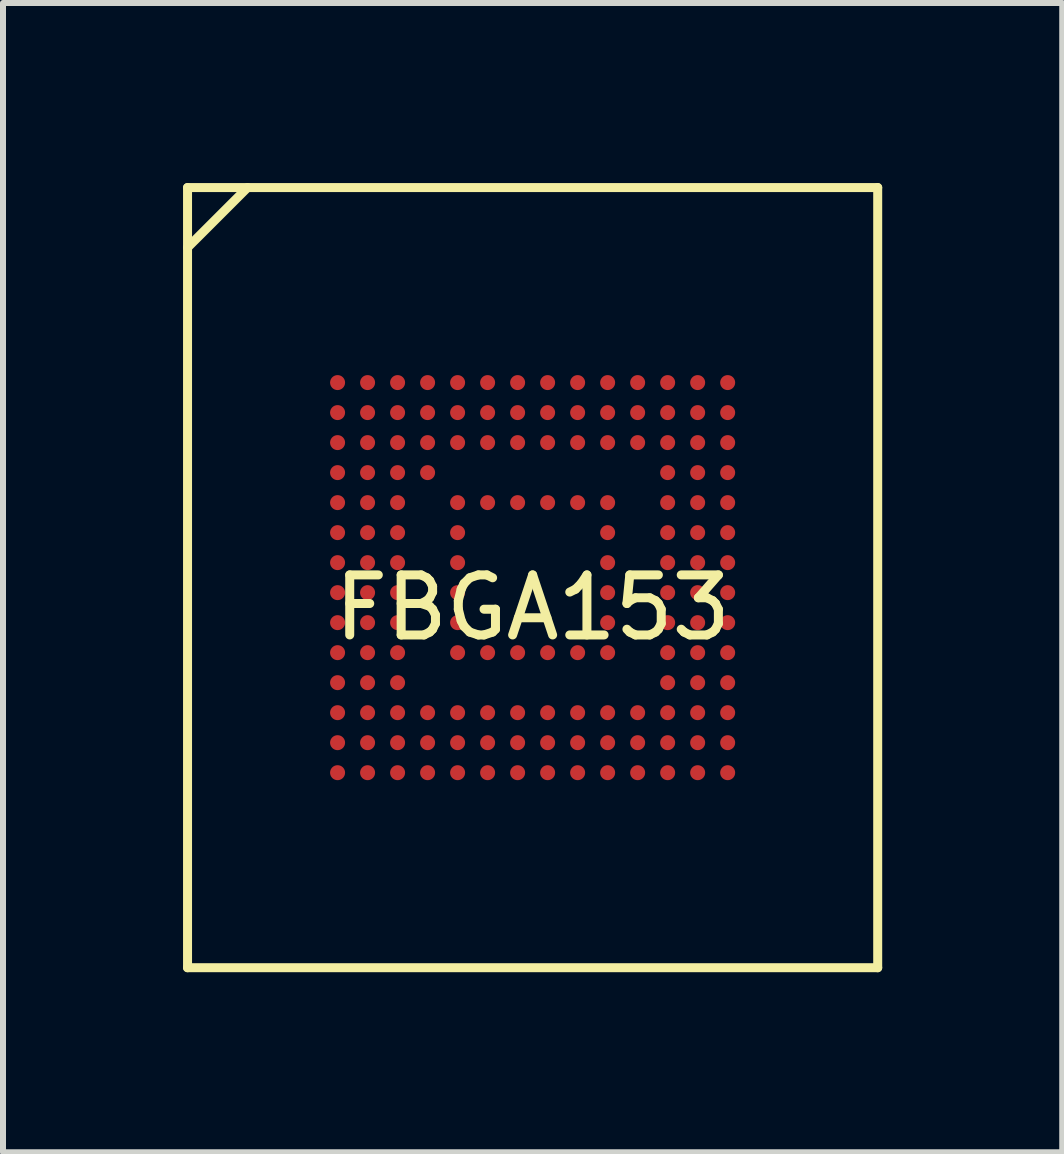
<source format=kicad_pcb>
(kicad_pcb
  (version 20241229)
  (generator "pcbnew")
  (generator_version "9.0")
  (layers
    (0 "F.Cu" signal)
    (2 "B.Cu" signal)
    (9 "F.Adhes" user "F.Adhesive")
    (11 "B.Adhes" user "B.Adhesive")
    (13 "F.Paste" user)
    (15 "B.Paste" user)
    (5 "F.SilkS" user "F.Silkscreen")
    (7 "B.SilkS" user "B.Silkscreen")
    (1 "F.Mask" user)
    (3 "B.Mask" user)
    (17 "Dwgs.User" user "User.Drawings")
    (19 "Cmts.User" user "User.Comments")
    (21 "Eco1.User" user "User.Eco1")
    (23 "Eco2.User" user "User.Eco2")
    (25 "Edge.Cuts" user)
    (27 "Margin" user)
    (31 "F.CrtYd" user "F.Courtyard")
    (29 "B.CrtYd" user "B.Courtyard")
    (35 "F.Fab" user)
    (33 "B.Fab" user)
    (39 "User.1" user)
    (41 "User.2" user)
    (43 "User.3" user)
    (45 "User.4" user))
  (footprint "FBGA153"
    (layer "F.Cu")
    (at 5.825 6.575)
    (property "Reference" "FBGA153" (at 0 0.5 0) (layer "F.SilkS") (effects (font (size 1 1) (thickness 0.15))))
    (attr through_hole)
    (fp_line (start -5.75 -6.5) (end 5.75 -6.5) (stroke (width 0.15) (type solid)) (layer "F.SilkS"))
    (fp_line (start -5.75 -5.5) (end -4.75 -6.5) (stroke (width 0.15) (type solid)) (layer "F.SilkS"))
    (fp_line (start -5.75 6.5) (end -5.75 -6.5) (stroke (width 0.15) (type solid)) (layer "F.SilkS"))
    (fp_line (start 5.75 -6.5) (end 5.75 6.5) (stroke (width 0.15) (type solid)) (layer "F.SilkS"))
    (fp_line (start 5.75 6.5) (end -5.75 6.5) (stroke (width 0.15) (type solid)) (layer "F.SilkS"))
    (pad "A1" smd circle (at -3.25 -3.25) (size 0.25 0.25) (layers "F.Cu" "F.Mask" "F.Paste"))
    (pad "A2" smd circle (at -2.75 -3.25) (size 0.25 0.25) (layers "F.Cu" "F.Mask" "F.Paste"))
    (pad "A3" smd circle (at -2.25 -3.25) (size 0.25 0.25) (layers "F.Cu" "F.Mask" "F.Paste"))
    (pad "A4" smd circle (at -1.75 -3.25) (size 0.25 0.25) (layers "F.Cu" "F.Mask" "F.Paste"))
    (pad "A5" smd circle (at -1.25 -3.25) (size 0.25 0.25) (layers "F.Cu" "F.Mask" "F.Paste"))
    (pad "A6" smd circle (at -0.75 -3.25) (size 0.25 0.25) (layers "F.Cu" "F.Mask" "F.Paste"))
    (pad "A7" smd circle (at -0.25 -3.25) (size 0.25 0.25) (layers "F.Cu" "F.Mask" "F.Paste"))
    (pad "A8" smd circle (at 0.25 -3.25) (size 0.25 0.25) (layers "F.Cu" "F.Mask" "F.Paste"))
    (pad "A9" smd circle (at 0.75 -3.25) (size 0.25 0.25) (layers "F.Cu" "F.Mask" "F.Paste"))
    (pad "A10" smd circle (at 1.25 -3.25) (size 0.25 0.25) (layers "F.Cu" "F.Mask" "F.Paste"))
    (pad "A11" smd circle (at 1.75 -3.25) (size 0.25 0.25) (layers "F.Cu" "F.Mask" "F.Paste"))
    (pad "A12" smd circle (at 2.25 -3.25) (size 0.25 0.25) (layers "F.Cu" "F.Mask" "F.Paste"))
    (pad "A13" smd circle (at 2.75 -3.25) (size 0.25 0.25) (layers "F.Cu" "F.Mask" "F.Paste"))
    (pad "A14" smd circle (at 3.25 -3.25) (size 0.25 0.25) (layers "F.Cu" "F.Mask" "F.Paste"))
    (pad "B1" smd circle (at -3.25 -2.75) (size 0.25 0.25) (layers "F.Cu" "F.Mask" "F.Paste"))
    (pad "B2" smd circle (at -2.75 -2.75) (size 0.25 0.25) (layers "F.Cu" "F.Mask" "F.Paste"))
    (pad "B3" smd circle (at -2.25 -2.75) (size 0.25 0.25) (layers "F.Cu" "F.Mask" "F.Paste"))
    (pad "B4" smd circle (at -1.75 -2.75) (size 0.25 0.25) (layers "F.Cu" "F.Mask" "F.Paste"))
    (pad "B5" smd circle (at -1.25 -2.75) (size 0.25 0.25) (layers "F.Cu" "F.Mask" "F.Paste"))
    (pad "B6" smd circle (at -0.75 -2.75) (size 0.25 0.25) (layers "F.Cu" "F.Mask" "F.Paste"))
    (pad "B7" smd circle (at -0.25 -2.75) (size 0.25 0.25) (layers "F.Cu" "F.Mask" "F.Paste"))
    (pad "B8" smd circle (at 0.25 -2.75) (size 0.25 0.25) (layers "F.Cu" "F.Mask" "F.Paste"))
    (pad "B9" smd circle (at 0.75 -2.75) (size 0.25 0.25) (layers "F.Cu" "F.Mask" "F.Paste"))
    (pad "B10" smd circle (at 1.25 -2.75) (size 0.25 0.25) (layers "F.Cu" "F.Mask" "F.Paste"))
    (pad "B11" smd circle (at 1.75 -2.75) (size 0.25 0.25) (layers "F.Cu" "F.Mask" "F.Paste"))
    (pad "B12" smd circle (at 2.25 -2.75) (size 0.25 0.25) (layers "F.Cu" "F.Mask" "F.Paste"))
    (pad "B13" smd circle (at 2.75 -2.75) (size 0.25 0.25) (layers "F.Cu" "F.Mask" "F.Paste"))
    (pad "B14" smd circle (at 3.25 -2.75) (size 0.25 0.25) (layers "F.Cu" "F.Mask" "F.Paste"))
    (pad "C1" smd circle (at -3.25 -2.25) (size 0.25 0.25) (layers "F.Cu" "F.Mask" "F.Paste"))
    (pad "C2" smd circle (at -2.75 -2.25) (size 0.25 0.25) (layers "F.Cu" "F.Mask" "F.Paste"))
    (pad "C3" smd circle (at -2.25 -2.25) (size 0.25 0.25) (layers "F.Cu" "F.Mask" "F.Paste"))
    (pad "C4" smd circle (at -1.75 -2.25) (size 0.25 0.25) (layers "F.Cu" "F.Mask" "F.Paste"))
    (pad "C5" smd circle (at -1.25 -2.25) (size 0.25 0.25) (layers "F.Cu" "F.Mask" "F.Paste"))
    (pad "C6" smd circle (at -0.75 -2.25) (size 0.25 0.25) (layers "F.Cu" "F.Mask" "F.Paste"))
    (pad "C7" smd circle (at -0.25 -2.25) (size 0.25 0.25) (layers "F.Cu" "F.Mask" "F.Paste"))
    (pad "C8" smd circle (at 0.25 -2.25) (size 0.25 0.25) (layers "F.Cu" "F.Mask" "F.Paste"))
    (pad "C9" smd circle (at 0.75 -2.25) (size 0.25 0.25) (layers "F.Cu" "F.Mask" "F.Paste"))
    (pad "C10" smd circle (at 1.25 -2.25) (size 0.25 0.25) (layers "F.Cu" "F.Mask" "F.Paste"))
    (pad "C11" smd circle (at 1.75 -2.25) (size 0.25 0.25) (layers "F.Cu" "F.Mask" "F.Paste"))
    (pad "C12" smd circle (at 2.25 -2.25) (size 0.25 0.25) (layers "F.Cu" "F.Mask" "F.Paste"))
    (pad "C13" smd circle (at 2.75 -2.25) (size 0.25 0.25) (layers "F.Cu" "F.Mask" "F.Paste"))
    (pad "C14" smd circle (at 3.25 -2.25) (size 0.25 0.25) (layers "F.Cu" "F.Mask" "F.Paste"))
    (pad "D1" smd circle (at -3.25 -1.75) (size 0.25 0.25) (layers "F.Cu" "F.Mask" "F.Paste"))
    (pad "D2" smd circle (at -2.75 -1.75) (size 0.25 0.25) (layers "F.Cu" "F.Mask" "F.Paste"))
    (pad "D3" smd circle (at -2.25 -1.75) (size 0.25 0.25) (layers "F.Cu" "F.Mask" "F.Paste"))
    (pad "D4" smd circle (at -1.75 -1.75) (size 0.25 0.25) (layers "F.Cu" "F.Mask" "F.Paste"))
    (pad "D12" smd circle (at 2.25 -1.75) (size 0.25 0.25) (layers "F.Cu" "F.Mask" "F.Paste"))
    (pad "D13" smd circle (at 2.75 -1.75) (size 0.25 0.25) (layers "F.Cu" "F.Mask" "F.Paste"))
    (pad "D14" smd circle (at 3.25 -1.75) (size 0.25 0.25) (layers "F.Cu" "F.Mask" "F.Paste"))
    (pad "E1" smd circle (at -3.25 -1.25) (size 0.25 0.25) (layers "F.Cu" "F.Mask" "F.Paste"))
    (pad "E2" smd circle (at -2.75 -1.25) (size 0.25 0.25) (layers "F.Cu" "F.Mask" "F.Paste"))
    (pad "E3" smd circle (at -2.25 -1.25) (size 0.25 0.25) (layers "F.Cu" "F.Mask" "F.Paste"))
    (pad "E5" smd circle (at -1.25 -1.25) (size 0.25 0.25) (layers "F.Cu" "F.Mask" "F.Paste"))
    (pad "E6" smd circle (at -0.75 -1.25) (size 0.25 0.25) (layers "F.Cu" "F.Mask" "F.Paste"))
    (pad "E7" smd circle (at -0.25 -1.25) (size 0.25 0.25) (layers "F.Cu" "F.Mask" "F.Paste"))
    (pad "E8" smd circle (at 0.25 -1.25) (size 0.25 0.25) (layers "F.Cu" "F.Mask" "F.Paste"))
    (pad "E9" smd circle (at 0.75 -1.25) (size 0.25 0.25) (layers "F.Cu" "F.Mask" "F.Paste"))
    (pad "E10" smd circle (at 1.25 -1.25) (size 0.25 0.25) (layers "F.Cu" "F.Mask" "F.Paste"))
    (pad "E12" smd circle (at 2.25 -1.25) (size 0.25 0.25) (layers "F.Cu" "F.Mask" "F.Paste"))
    (pad "E13" smd circle (at 2.75 -1.25) (size 0.25 0.25) (layers "F.Cu" "F.Mask" "F.Paste"))
    (pad "E14" smd circle (at 3.25 -1.25) (size 0.25 0.25) (layers "F.Cu" "F.Mask" "F.Paste"))
    (pad "F1" smd circle (at -3.25 -0.75) (size 0.25 0.25) (layers "F.Cu" "F.Mask" "F.Paste"))
    (pad "F2" smd circle (at -2.75 -0.75) (size 0.25 0.25) (layers "F.Cu" "F.Mask" "F.Paste"))
    (pad "F3" smd circle (at -2.25 -0.75) (size 0.25 0.25) (layers "F.Cu" "F.Mask" "F.Paste"))
    (pad "F5" smd circle (at -1.25 -0.75) (size 0.25 0.25) (layers "F.Cu" "F.Mask" "F.Paste"))
    (pad "F10" smd circle (at 1.25 -0.75) (size 0.25 0.25) (layers "F.Cu" "F.Mask" "F.Paste"))
    (pad "F12" smd circle (at 2.25 -0.75) (size 0.25 0.25) (layers "F.Cu" "F.Mask" "F.Paste"))
    (pad "F13" smd circle (at 2.75 -0.75) (size 0.25 0.25) (layers "F.Cu" "F.Mask" "F.Paste"))
    (pad "F14" smd circle (at 3.25 -0.75) (size 0.25 0.25) (layers "F.Cu" "F.Mask" "F.Paste"))
    (pad "G1" smd circle (at -3.25 -0.25) (size 0.25 0.25) (layers "F.Cu" "F.Mask" "F.Paste"))
    (pad "G2" smd circle (at -2.75 -0.25) (size 0.25 0.25) (layers "F.Cu" "F.Mask" "F.Paste"))
    (pad "G3" smd circle (at -2.25 -0.25) (size 0.25 0.25) (layers "F.Cu" "F.Mask" "F.Paste"))
    (pad "G5" smd circle (at -1.25 -0.25) (size 0.25 0.25) (layers "F.Cu" "F.Mask" "F.Paste"))
    (pad "G10" smd circle (at 1.25 -0.25) (size 0.25 0.25) (layers "F.Cu" "F.Mask" "F.Paste"))
    (pad "G12" smd circle (at 2.25 -0.25) (size 0.25 0.25) (layers "F.Cu" "F.Mask" "F.Paste"))
    (pad "G13" smd circle (at 2.75 -0.25) (size 0.25 0.25) (layers "F.Cu" "F.Mask" "F.Paste"))
    (pad "G14" smd circle (at 3.25 -0.25) (size 0.25 0.25) (layers "F.Cu" "F.Mask" "F.Paste"))
    (pad "H1" smd circle (at -3.25 0.25) (size 0.25 0.25) (layers "F.Cu" "F.Mask" "F.Paste"))
    (pad "H2" smd circle (at -2.75 0.25) (size 0.25 0.25) (layers "F.Cu" "F.Mask" "F.Paste"))
    (pad "H3" smd circle (at -2.25 0.25) (size 0.25 0.25) (layers "F.Cu" "F.Mask" "F.Paste"))
    (pad "H5" smd circle (at -1.25 0.25) (size 0.25 0.25) (layers "F.Cu" "F.Mask" "F.Paste"))
    (pad "H10" smd circle (at 1.25 0.25) (size 0.25 0.25) (layers "F.Cu" "F.Mask" "F.Paste"))
    (pad "H12" smd circle (at 2.25 0.25) (size 0.25 0.25) (layers "F.Cu" "F.Mask" "F.Paste"))
    (pad "H13" smd circle (at 2.75 0.25) (size 0.25 0.25) (layers "F.Cu" "F.Mask" "F.Paste"))
    (pad "H14" smd circle (at 3.25 0.25) (size 0.25 0.25) (layers "F.Cu" "F.Mask" "F.Paste"))
    (pad "J1" smd circle (at -3.25 0.75) (size 0.25 0.25) (layers "F.Cu" "F.Mask" "F.Paste"))
    (pad "J2" smd circle (at -2.75 0.75) (size 0.25 0.25) (layers "F.Cu" "F.Mask" "F.Paste"))
    (pad "J3" smd circle (at -2.25 0.75) (size 0.25 0.25) (layers "F.Cu" "F.Mask" "F.Paste"))
    (pad "J5" smd circle (at -1.25 0.75) (size 0.25 0.25) (layers "F.Cu" "F.Mask" "F.Paste"))
    (pad "J10" smd circle (at 1.25 0.75) (size 0.25 0.25) (layers "F.Cu" "F.Mask" "F.Paste"))
    (pad "J12" smd circle (at 2.25 0.75) (size 0.25 0.25) (layers "F.Cu" "F.Mask" "F.Paste"))
    (pad "J13" smd circle (at 2.75 0.75) (size 0.25 0.25) (layers "F.Cu" "F.Mask" "F.Paste"))
    (pad "J14" smd circle (at 3.25 0.75) (size 0.25 0.25) (layers "F.Cu" "F.Mask" "F.Paste"))
    (pad "K1" smd circle (at -3.25 1.25) (size 0.25 0.25) (layers "F.Cu" "F.Mask" "F.Paste"))
    (pad "K2" smd circle (at -2.75 1.25) (size 0.25 0.25) (layers "F.Cu" "F.Mask" "F.Paste"))
    (pad "K3" smd circle (at -2.25 1.25) (size 0.25 0.25) (layers "F.Cu" "F.Mask" "F.Paste"))
    (pad "K5" smd circle (at -1.25 1.25) (size 0.25 0.25) (layers "F.Cu" "F.Mask" "F.Paste"))
    (pad "K6" smd circle (at -0.75 1.25) (size 0.25 0.25) (layers "F.Cu" "F.Mask" "F.Paste"))
    (pad "K7" smd circle (at -0.25 1.25) (size 0.25 0.25) (layers "F.Cu" "F.Mask" "F.Paste"))
    (pad "K8" smd circle (at 0.25 1.25) (size 0.25 0.25) (layers "F.Cu" "F.Mask" "F.Paste"))
    (pad "K9" smd circle (at 0.75 1.25) (size 0.25 0.25) (layers "F.Cu" "F.Mask" "F.Paste"))
    (pad "K10" smd circle (at 1.25 1.25) (size 0.25 0.25) (layers "F.Cu" "F.Mask" "F.Paste"))
    (pad "K12" smd circle (at 2.25 1.25) (size 0.25 0.25) (layers "F.Cu" "F.Mask" "F.Paste"))
    (pad "K13" smd circle (at 2.75 1.25) (size 0.25 0.25) (layers "F.Cu" "F.Mask" "F.Paste"))
    (pad "K14" smd circle (at 3.25 1.25) (size 0.25 0.25) (layers "F.Cu" "F.Mask" "F.Paste"))
    (pad "L1" smd circle (at -3.25 1.75) (size 0.25 0.25) (layers "F.Cu" "F.Mask" "F.Paste"))
    (pad "L2" smd circle (at -2.75 1.75) (size 0.25 0.25) (layers "F.Cu" "F.Mask" "F.Paste"))
    (pad "L3" smd circle (at -2.25 1.75) (size 0.25 0.25) (layers "F.Cu" "F.Mask" "F.Paste"))
    (pad "L12" smd circle (at 2.25 1.75) (size 0.25 0.25) (layers "F.Cu" "F.Mask" "F.Paste"))
    (pad "L13" smd circle (at 2.75 1.75) (size 0.25 0.25) (layers "F.Cu" "F.Mask" "F.Paste"))
    (pad "L14" smd circle (at 3.25 1.75) (size 0.25 0.25) (layers "F.Cu" "F.Mask" "F.Paste"))
    (pad "M1" smd circle (at -3.25 2.25) (size 0.25 0.25) (layers "F.Cu" "F.Mask" "F.Paste"))
    (pad "M2" smd circle (at -2.75 2.25) (size 0.25 0.25) (layers "F.Cu" "F.Mask" "F.Paste"))
    (pad "M3" smd circle (at -2.25 2.25) (size 0.25 0.25) (layers "F.Cu" "F.Mask" "F.Paste"))
    (pad "M4" smd circle (at -1.75 2.25) (size 0.25 0.25) (layers "F.Cu" "F.Mask" "F.Paste"))
    (pad "M5" smd circle (at -1.25 2.25) (size 0.25 0.25) (layers "F.Cu" "F.Mask" "F.Paste"))
    (pad "M6" smd circle (at -0.75 2.25) (size 0.25 0.25) (layers "F.Cu" "F.Mask" "F.Paste"))
    (pad "M7" smd circle (at -0.25 2.25) (size 0.25 0.25) (layers "F.Cu" "F.Mask" "F.Paste"))
    (pad "M8" smd circle (at 0.25 2.25) (size 0.25 0.25) (layers "F.Cu" "F.Mask" "F.Paste"))
    (pad "M9" smd circle (at 0.75 2.25) (size 0.25 0.25) (layers "F.Cu" "F.Mask" "F.Paste"))
    (pad "M10" smd circle (at 1.25 2.25) (size 0.25 0.25) (layers "F.Cu" "F.Mask" "F.Paste"))
    (pad "M11" smd circle (at 1.75 2.25) (size 0.25 0.25) (layers "F.Cu" "F.Mask" "F.Paste"))
    (pad "M12" smd circle (at 2.25 2.25) (size 0.25 0.25) (layers "F.Cu" "F.Mask" "F.Paste"))
    (pad "M13" smd circle (at 2.75 2.25) (size 0.25 0.25) (layers "F.Cu" "F.Mask" "F.Paste"))
    (pad "M14" smd circle (at 3.25 2.25) (size 0.25 0.25) (layers "F.Cu" "F.Mask" "F.Paste"))
    (pad "N1" smd circle (at -3.25 2.75) (size 0.25 0.25) (layers "F.Cu" "F.Mask" "F.Paste"))
    (pad "N2" smd circle (at -2.75 2.75) (size 0.25 0.25) (layers "F.Cu" "F.Mask" "F.Paste"))
    (pad "N3" smd circle (at -2.25 2.75) (size 0.25 0.25) (layers "F.Cu" "F.Mask" "F.Paste"))
    (pad "N4" smd circle (at -1.75 2.75) (size 0.25 0.25) (layers "F.Cu" "F.Mask" "F.Paste"))
    (pad "N5" smd circle (at -1.25 2.75) (size 0.25 0.25) (layers "F.Cu" "F.Mask" "F.Paste"))
    (pad "N6" smd circle (at -0.75 2.75) (size 0.25 0.25) (layers "F.Cu" "F.Mask" "F.Paste"))
    (pad "N7" smd circle (at -0.25 2.75) (size 0.25 0.25) (layers "F.Cu" "F.Mask" "F.Paste"))
    (pad "N8" smd circle (at 0.25 2.75) (size 0.25 0.25) (layers "F.Cu" "F.Mask" "F.Paste"))
    (pad "N9" smd circle (at 0.75 2.75) (size 0.25 0.25) (layers "F.Cu" "F.Mask" "F.Paste"))
    (pad "N10" smd circle (at 1.25 2.75) (size 0.25 0.25) (layers "F.Cu" "F.Mask" "F.Paste"))
    (pad "N11" smd circle (at 1.75 2.75) (size 0.25 0.25) (layers "F.Cu" "F.Mask" "F.Paste"))
    (pad "N12" smd circle (at 2.25 2.75) (size 0.25 0.25) (layers "F.Cu" "F.Mask" "F.Paste"))
    (pad "N13" smd circle (at 2.75 2.75) (size 0.25 0.25) (layers "F.Cu" "F.Mask" "F.Paste"))
    (pad "N14" smd circle (at 3.25 2.75) (size 0.25 0.25) (layers "F.Cu" "F.Mask" "F.Paste"))
    (pad "P1" smd circle (at -3.25 3.25) (size 0.25 0.25) (layers "F.Cu" "F.Mask" "F.Paste"))
    (pad "P2" smd circle (at -2.75 3.25) (size 0.25 0.25) (layers "F.Cu" "F.Mask" "F.Paste"))
    (pad "P3" smd circle (at -2.25 3.25) (size 0.25 0.25) (layers "F.Cu" "F.Mask" "F.Paste"))
    (pad "P4" smd circle (at -1.75 3.25) (size 0.25 0.25) (layers "F.Cu" "F.Mask" "F.Paste"))
    (pad "P5" smd circle (at -1.25 3.25) (size 0.25 0.25) (layers "F.Cu" "F.Mask" "F.Paste"))
    (pad "P6" smd circle (at -0.75 3.25) (size 0.25 0.25) (layers "F.Cu" "F.Mask" "F.Paste"))
    (pad "P7" smd circle (at -0.25 3.25) (size 0.25 0.25) (layers "F.Cu" "F.Mask" "F.Paste"))
    (pad "P8" smd circle (at 0.25 3.25) (size 0.25 0.25) (layers "F.Cu" "F.Mask" "F.Paste"))
    (pad "P9" smd circle (at 0.75 3.25) (size 0.25 0.25) (layers "F.Cu" "F.Mask" "F.Paste"))
    (pad "P10" smd circle (at 1.25 3.25) (size 0.25 0.25) (layers "F.Cu" "F.Mask" "F.Paste"))
    (pad "P11" smd circle (at 1.75 3.25) (size 0.25 0.25) (layers "F.Cu" "F.Mask" "F.Paste"))
    (pad "P12" smd circle (at 2.25 3.25) (size 0.25 0.25) (layers "F.Cu" "F.Mask" "F.Paste"))
    (pad "P13" smd circle (at 2.75 3.25) (size 0.25 0.25) (layers "F.Cu" "F.Mask" "F.Paste"))
    (pad "P14" smd circle (at 3.25 3.25) (size 0.25 0.25) (layers "F.Cu" "F.Mask" "F.Paste")))
  (gr_rect
    (start -3 -3)
    (end 14.65 16.15)
    (stroke (width 0.1) (type default))
    (fill no)
    (layer "Edge.Cuts")))
</source>
